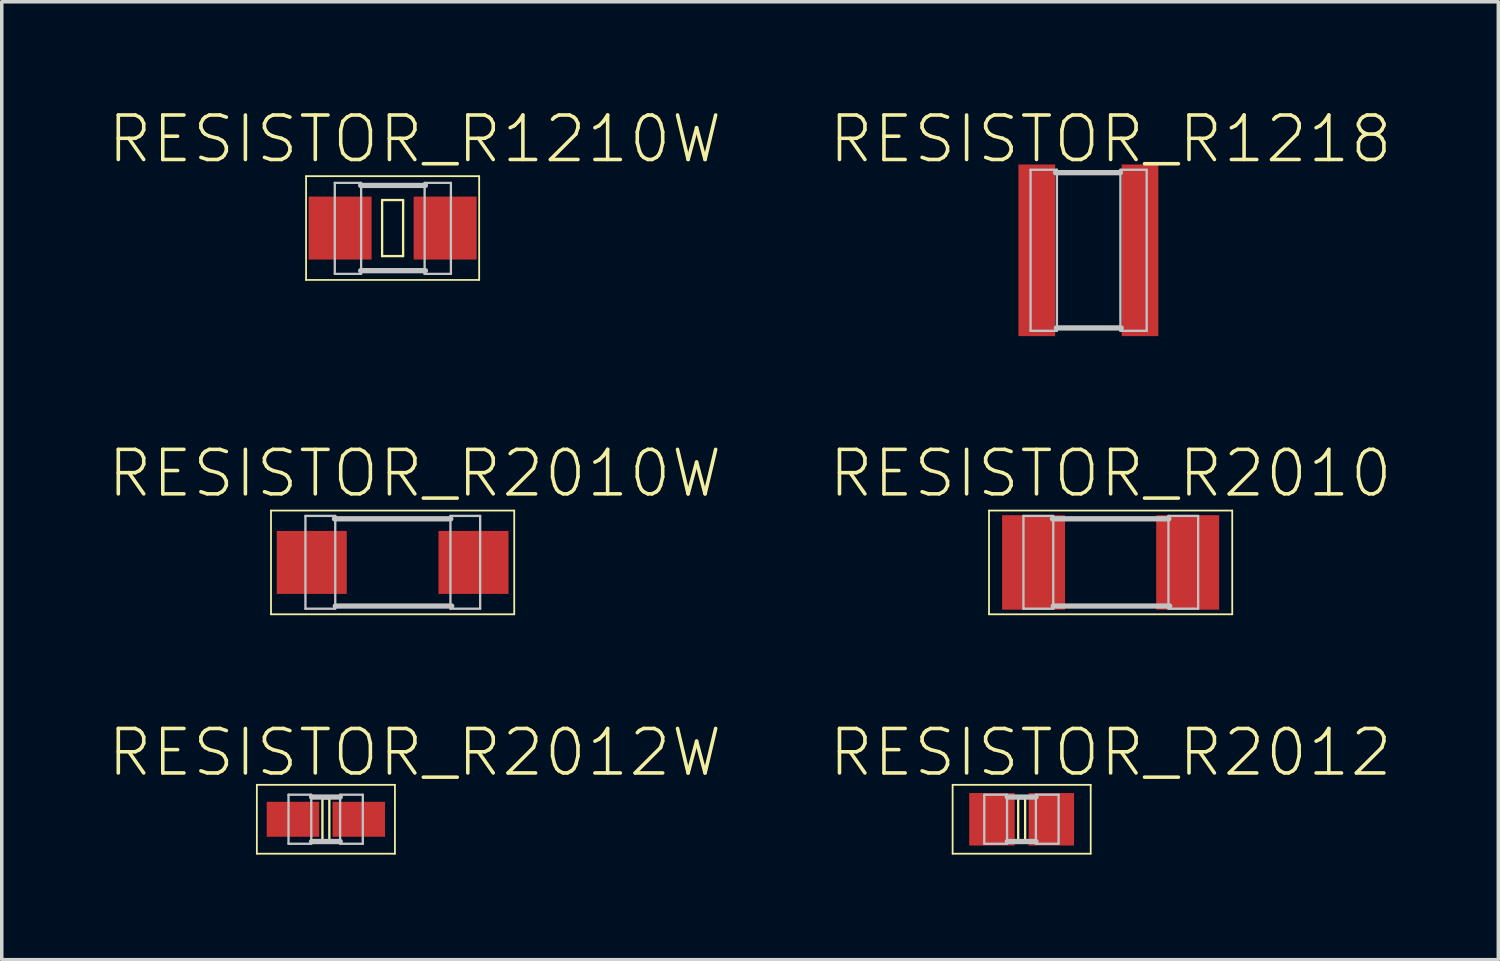
<source format=kicad_pcb>
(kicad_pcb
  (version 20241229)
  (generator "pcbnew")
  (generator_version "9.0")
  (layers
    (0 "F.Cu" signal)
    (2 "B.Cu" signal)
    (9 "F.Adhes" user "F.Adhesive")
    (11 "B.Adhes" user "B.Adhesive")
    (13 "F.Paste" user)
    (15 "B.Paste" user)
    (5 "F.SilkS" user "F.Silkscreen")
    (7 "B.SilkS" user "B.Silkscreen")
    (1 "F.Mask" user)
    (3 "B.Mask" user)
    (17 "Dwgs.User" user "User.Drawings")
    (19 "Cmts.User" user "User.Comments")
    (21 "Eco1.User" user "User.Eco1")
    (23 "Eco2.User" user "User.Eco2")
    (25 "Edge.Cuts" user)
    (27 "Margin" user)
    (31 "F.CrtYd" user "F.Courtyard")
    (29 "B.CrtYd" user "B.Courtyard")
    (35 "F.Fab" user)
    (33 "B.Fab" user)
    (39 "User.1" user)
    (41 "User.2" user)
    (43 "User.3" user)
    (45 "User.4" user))
  (footprint "RESISTOR_R1218"
    (layer "F.Cu")
    (at 28.023 4.096)
    (property "Reference" "RESISTOR_R1218" (at 0.635 -3.175 0) (layer "F.SilkS") (effects (font (size 1.27 1.27) (thickness 0.102))))
    (attr smd)
    (fp_line (start -1.651 -2.299) (end -0.899 -2.299) (stroke (width 0.066) (type solid)) (layer "Dwgs.User"))
    (fp_line (start -1.651 2.299) (end -1.651 -2.299) (stroke (width 0.066) (type solid)) (layer "Dwgs.User"))
    (fp_line (start -1.651 2.299) (end -0.899 2.299) (stroke (width 0.066) (type solid)) (layer "Dwgs.User"))
    (fp_line (start -0.912 2.217) (end 0.937 2.217) (stroke (width 0.152) (type solid)) (layer "Dwgs.User"))
    (fp_line (start -0.899 2.299) (end -0.899 -2.299) (stroke (width 0.066) (type solid)) (layer "Dwgs.User"))
    (fp_line (start 0.912 -2.217) (end -0.937 -2.217) (stroke (width 0.152) (type solid)) (layer "Dwgs.User"))
    (fp_line (start 0.914 -2.299) (end 1.664 -2.299) (stroke (width 0.066) (type solid)) (layer "Dwgs.User"))
    (fp_line (start 0.914 2.299) (end 0.914 -2.299) (stroke (width 0.066) (type solid)) (layer "Dwgs.User"))
    (fp_line (start 0.914 2.299) (end 1.664 2.299) (stroke (width 0.066) (type solid)) (layer "Dwgs.User"))
    (fp_line (start 1.664 2.299) (end 1.664 -2.299) (stroke (width 0.066) (type solid)) (layer "Dwgs.User"))
    (pad "1" smd rect (at -1.473 0) (size 1.049 4.9) (layers "F.Cu" "F.Mask" "F.Paste"))
    (pad "2" smd rect (at 1.473 0) (size 1.049 4.9) (layers "F.Cu" "F.Mask" "F.Paste")))
  (footprint "RESISTOR_R2012W"
    (layer "F.Cu")
    (at 6.254 20.34)
    (property "Reference" "RESISTOR_R2012W" (at 2.54 -1.905 0) (layer "F.SilkS") (effects (font (size 1.27 1.27) (thickness 0.102))))
    (attr smd)
    (fp_line (start -1.971 -0.983) (end 1.971 -0.983) (stroke (width 0.051) (type solid)) (layer "F.SilkS"))
    (fp_line (start -1.971 0.983) (end -1.971 -0.983) (stroke (width 0.051) (type solid)) (layer "F.SilkS"))
    (fp_line (start -0.099 -0.599) (end 0.099 -0.599) (stroke (width 0.066) (type solid)) (layer "F.SilkS"))
    (fp_line (start -0.099 0.599) (end -0.099 -0.599) (stroke (width 0.066) (type solid)) (layer "F.SilkS"))
    (fp_line (start -0.099 0.599) (end 0.099 0.599) (stroke (width 0.066) (type solid)) (layer "F.SilkS"))
    (fp_line (start 0.099 0.599) (end 0.099 -0.599) (stroke (width 0.066) (type solid)) (layer "F.SilkS"))
    (fp_line (start 1.971 -0.983) (end 1.971 0.983) (stroke (width 0.051) (type solid)) (layer "F.SilkS"))
    (fp_line (start 1.971 0.983) (end -1.971 0.983) (stroke (width 0.051) (type solid)) (layer "F.SilkS"))
    (fp_line (start -1.067 -0.701) (end -0.417 -0.701) (stroke (width 0.066) (type solid)) (layer "Dwgs.User"))
    (fp_line (start -1.067 0.699) (end -1.067 -0.701) (stroke (width 0.066) (type solid)) (layer "Dwgs.User"))
    (fp_line (start -1.067 0.699) (end -0.417 0.699) (stroke (width 0.066) (type solid)) (layer "Dwgs.User"))
    (fp_line (start -0.417 0.699) (end -0.417 -0.701) (stroke (width 0.066) (type solid)) (layer "Dwgs.User"))
    (fp_line (start -0.409 -0.635) (end 0.409 -0.635) (stroke (width 0.152) (type solid)) (layer "Dwgs.User"))
    (fp_line (start -0.409 0.635) (end 0.409 0.635) (stroke (width 0.152) (type solid)) (layer "Dwgs.User"))
    (fp_line (start 0.406 -0.701) (end 1.054 -0.701) (stroke (width 0.066) (type solid)) (layer "Dwgs.User"))
    (fp_line (start 0.406 0.699) (end 0.406 -0.701) (stroke (width 0.066) (type solid)) (layer "Dwgs.User"))
    (fp_line (start 0.406 0.699) (end 1.054 0.699) (stroke (width 0.066) (type solid)) (layer "Dwgs.User"))
    (fp_line (start 1.054 0.699) (end 1.054 -0.701) (stroke (width 0.066) (type solid)) (layer "Dwgs.User"))
    (pad "1" smd rect (at -0.94 0) (size 1.499 0.998) (layers "F.Cu" "F.Mask" "F.Paste"))
    (pad "2" smd rect (at 0.94 0) (size 1.499 0.998) (layers "F.Cu" "F.Mask" "F.Paste")))
  (footprint "RESISTOR_R2010W"
    (layer "F.Cu")
    (at 8.159 13.007)
    (property "Reference" "RESISTOR_R2010W" (at 0.635 -2.54 0) (layer "F.SilkS") (effects (font (size 1.27 1.27) (thickness 0.102))))
    (attr smd)
    (fp_line (start -3.472 -1.481) (end 3.472 -1.481) (stroke (width 0.051) (type solid)) (layer "F.SilkS"))
    (fp_line (start -3.472 1.481) (end -3.472 -1.481) (stroke (width 0.051) (type solid)) (layer "F.SilkS"))
    (fp_line (start 3.472 -1.481) (end 3.472 1.481) (stroke (width 0.051) (type solid)) (layer "F.SilkS"))
    (fp_line (start 3.472 1.481) (end -3.472 1.481) (stroke (width 0.051) (type solid)) (layer "F.SilkS"))
    (fp_line (start -2.489 -1.328) (end -1.638 -1.328) (stroke (width 0.066) (type solid)) (layer "Dwgs.User"))
    (fp_line (start -2.489 1.321) (end -2.489 -1.328) (stroke (width 0.066) (type solid)) (layer "Dwgs.User"))
    (fp_line (start -2.489 1.321) (end -1.638 1.321) (stroke (width 0.066) (type solid)) (layer "Dwgs.User"))
    (fp_line (start -1.661 -1.245) (end 1.661 -1.245) (stroke (width 0.152) (type solid)) (layer "Dwgs.User"))
    (fp_line (start -1.638 1.321) (end -1.638 -1.328) (stroke (width 0.066) (type solid)) (layer "Dwgs.User"))
    (fp_line (start -1.636 1.245) (end 1.687 1.245) (stroke (width 0.152) (type solid)) (layer "Dwgs.User"))
    (fp_line (start 1.651 -1.328) (end 2.499 -1.328) (stroke (width 0.066) (type solid)) (layer "Dwgs.User"))
    (fp_line (start 1.651 1.321) (end 1.651 -1.328) (stroke (width 0.066) (type solid)) (layer "Dwgs.User"))
    (fp_line (start 1.651 1.321) (end 2.499 1.321) (stroke (width 0.066) (type solid)) (layer "Dwgs.User"))
    (fp_line (start 2.499 1.321) (end 2.499 -1.328) (stroke (width 0.066) (type solid)) (layer "Dwgs.User"))
    (pad "1" smd rect (at -2.309 0) (size 1.999 1.798) (layers "F.Cu" "F.Mask" "F.Paste"))
    (pad "2" smd rect (at 2.309 0) (size 1.999 1.798) (layers "F.Cu" "F.Mask" "F.Paste")))
  (footprint "RESISTOR_R2010"
    (layer "F.Cu")
    (at 28.658 13.007)
    (property "Reference" "RESISTOR_R2010" (at 0 -2.54 0) (layer "F.SilkS") (effects (font (size 1.27 1.27) (thickness 0.102))))
    (attr smd)
    (fp_line (start -3.472 -1.481) (end 3.472 -1.481) (stroke (width 0.051) (type solid)) (layer "F.SilkS"))
    (fp_line (start -3.472 1.481) (end -3.472 -1.481) (stroke (width 0.051) (type solid)) (layer "F.SilkS"))
    (fp_line (start 3.472 -1.481) (end 3.472 1.481) (stroke (width 0.051) (type solid)) (layer "F.SilkS"))
    (fp_line (start 3.472 1.481) (end -3.472 1.481) (stroke (width 0.051) (type solid)) (layer "F.SilkS"))
    (fp_line (start -2.489 -1.328) (end -1.638 -1.328) (stroke (width 0.066) (type solid)) (layer "Dwgs.User"))
    (fp_line (start -2.489 1.321) (end -2.489 -1.328) (stroke (width 0.066) (type solid)) (layer "Dwgs.User"))
    (fp_line (start -2.489 1.321) (end -1.638 1.321) (stroke (width 0.066) (type solid)) (layer "Dwgs.User"))
    (fp_line (start -1.661 -1.245) (end 1.661 -1.245) (stroke (width 0.152) (type solid)) (layer "Dwgs.User"))
    (fp_line (start -1.638 1.321) (end -1.638 -1.328) (stroke (width 0.066) (type solid)) (layer "Dwgs.User"))
    (fp_line (start -1.636 1.245) (end 1.687 1.245) (stroke (width 0.152) (type solid)) (layer "Dwgs.User"))
    (fp_line (start 1.651 -1.328) (end 2.499 -1.328) (stroke (width 0.066) (type solid)) (layer "Dwgs.User"))
    (fp_line (start 1.651 1.321) (end 1.651 -1.328) (stroke (width 0.066) (type solid)) (layer "Dwgs.User"))
    (fp_line (start 1.651 1.321) (end 2.499 1.321) (stroke (width 0.066) (type solid)) (layer "Dwgs.User"))
    (fp_line (start 2.499 1.321) (end 2.499 -1.328) (stroke (width 0.066) (type solid)) (layer "Dwgs.User"))
    (pad "1" smd rect (at -2.2 0) (size 1.798 2.697) (layers "F.Cu" "F.Mask" "F.Paste"))
    (pad "2" smd rect (at 2.2 0) (size 1.798 2.697) (layers "F.Cu" "F.Mask" "F.Paste")))
  (footprint "RESISTOR_R1210W"
    (layer "F.Cu")
    (at 8.159 3.461)
    (property "Reference" "RESISTOR_R1210W" (at 0.635 -2.54 0) (layer "F.SilkS") (effects (font (size 1.27 1.27) (thickness 0.102))))
    (attr smd)
    (fp_line (start -2.471 -1.481) (end 2.471 -1.481) (stroke (width 0.051) (type solid)) (layer "F.SilkS"))
    (fp_line (start -2.471 1.481) (end -2.471 -1.481) (stroke (width 0.051) (type solid)) (layer "F.SilkS"))
    (fp_line (start -0.3 -0.8) (end 0.3 -0.8) (stroke (width 0.066) (type solid)) (layer "F.SilkS"))
    (fp_line (start -0.3 0.8) (end -0.3 -0.8) (stroke (width 0.066) (type solid)) (layer "F.SilkS"))
    (fp_line (start -0.3 0.8) (end 0.3 0.8) (stroke (width 0.066) (type solid)) (layer "F.SilkS"))
    (fp_line (start 0.3 0.8) (end 0.3 -0.8) (stroke (width 0.066) (type solid)) (layer "F.SilkS"))
    (fp_line (start 2.471 -1.481) (end 2.471 1.481) (stroke (width 0.051) (type solid)) (layer "F.SilkS"))
    (fp_line (start 2.471 1.481) (end -2.471 1.481) (stroke (width 0.051) (type solid)) (layer "F.SilkS"))
    (fp_line (start -1.651 -1.29) (end -0.899 -1.29) (stroke (width 0.066) (type solid)) (layer "Dwgs.User"))
    (fp_line (start -1.651 1.308) (end -1.651 -1.29) (stroke (width 0.066) (type solid)) (layer "Dwgs.User"))
    (fp_line (start -1.651 1.308) (end -0.899 1.308) (stroke (width 0.066) (type solid)) (layer "Dwgs.User"))
    (fp_line (start -0.912 -1.217) (end 0.937 -1.217) (stroke (width 0.152) (type solid)) (layer "Dwgs.User"))
    (fp_line (start -0.912 1.217) (end 0.937 1.217) (stroke (width 0.152) (type solid)) (layer "Dwgs.User"))
    (fp_line (start -0.899 1.308) (end -0.899 -1.29) (stroke (width 0.066) (type solid)) (layer "Dwgs.User"))
    (fp_line (start 0.914 -1.29) (end 1.664 -1.29) (stroke (width 0.066) (type solid)) (layer "Dwgs.User"))
    (fp_line (start 0.914 1.308) (end 0.914 -1.29) (stroke (width 0.066) (type solid)) (layer "Dwgs.User"))
    (fp_line (start 0.914 1.308) (end 1.664 1.308) (stroke (width 0.066) (type solid)) (layer "Dwgs.User"))
    (fp_line (start 1.664 1.308) (end 1.664 -1.29) (stroke (width 0.066) (type solid)) (layer "Dwgs.User"))
    (pad "1" smd rect (at -1.499 0) (size 1.798 1.798) (layers "F.Cu" "F.Mask" "F.Paste"))
    (pad "2" smd rect (at 1.499 0) (size 1.798 1.798) (layers "F.Cu" "F.Mask" "F.Paste")))
  (footprint "RESISTOR_R2012"
    (layer "F.Cu")
    (at 26.118 20.34)
    (property "Reference" "RESISTOR_R2012" (at 2.54 -1.905 0) (layer "F.SilkS") (effects (font (size 1.27 1.27) (thickness 0.102))))
    (attr smd)
    (fp_line (start -1.971 -0.983) (end 1.971 -0.983) (stroke (width 0.051) (type solid)) (layer "F.SilkS"))
    (fp_line (start -1.971 0.983) (end -1.971 -0.983) (stroke (width 0.051) (type solid)) (layer "F.SilkS"))
    (fp_line (start -0.099 -0.599) (end 0.099 -0.599) (stroke (width 0.066) (type solid)) (layer "F.SilkS"))
    (fp_line (start -0.099 0.599) (end -0.099 -0.599) (stroke (width 0.066) (type solid)) (layer "F.SilkS"))
    (fp_line (start -0.099 0.599) (end 0.099 0.599) (stroke (width 0.066) (type solid)) (layer "F.SilkS"))
    (fp_line (start 0.099 0.599) (end 0.099 -0.599) (stroke (width 0.066) (type solid)) (layer "F.SilkS"))
    (fp_line (start 1.971 -0.983) (end 1.971 0.983) (stroke (width 0.051) (type solid)) (layer "F.SilkS"))
    (fp_line (start 1.971 0.983) (end -1.971 0.983) (stroke (width 0.051) (type solid)) (layer "F.SilkS"))
    (fp_line (start -1.067 -0.701) (end -0.417 -0.701) (stroke (width 0.066) (type solid)) (layer "Dwgs.User"))
    (fp_line (start -1.067 0.699) (end -1.067 -0.701) (stroke (width 0.066) (type solid)) (layer "Dwgs.User"))
    (fp_line (start -1.067 0.699) (end -0.417 0.699) (stroke (width 0.066) (type solid)) (layer "Dwgs.User"))
    (fp_line (start -0.417 0.699) (end -0.417 -0.701) (stroke (width 0.066) (type solid)) (layer "Dwgs.User"))
    (fp_line (start -0.409 -0.635) (end 0.409 -0.635) (stroke (width 0.152) (type solid)) (layer "Dwgs.User"))
    (fp_line (start -0.409 0.635) (end 0.409 0.635) (stroke (width 0.152) (type solid)) (layer "Dwgs.User"))
    (fp_line (start 0.406 -0.701) (end 1.054 -0.701) (stroke (width 0.066) (type solid)) (layer "Dwgs.User"))
    (fp_line (start 0.406 0.699) (end 0.406 -0.701) (stroke (width 0.066) (type solid)) (layer "Dwgs.User"))
    (fp_line (start 0.406 0.699) (end 1.054 0.699) (stroke (width 0.066) (type solid)) (layer "Dwgs.User"))
    (fp_line (start 1.054 0.699) (end 1.054 -0.701) (stroke (width 0.066) (type solid)) (layer "Dwgs.User"))
    (pad "1" smd rect (at -0.848 0) (size 1.298 1.499) (layers "F.Cu" "F.Mask" "F.Paste"))
    (pad "2" smd rect (at 0.848 0) (size 1.298 1.499) (layers "F.Cu" "F.Mask" "F.Paste")))
  (gr_rect
    (start -3 -3)
    (end 39.726 24.348)
    (stroke (width 0.1) (type default))
    (fill no)
    (layer "Edge.Cuts")))
</source>
